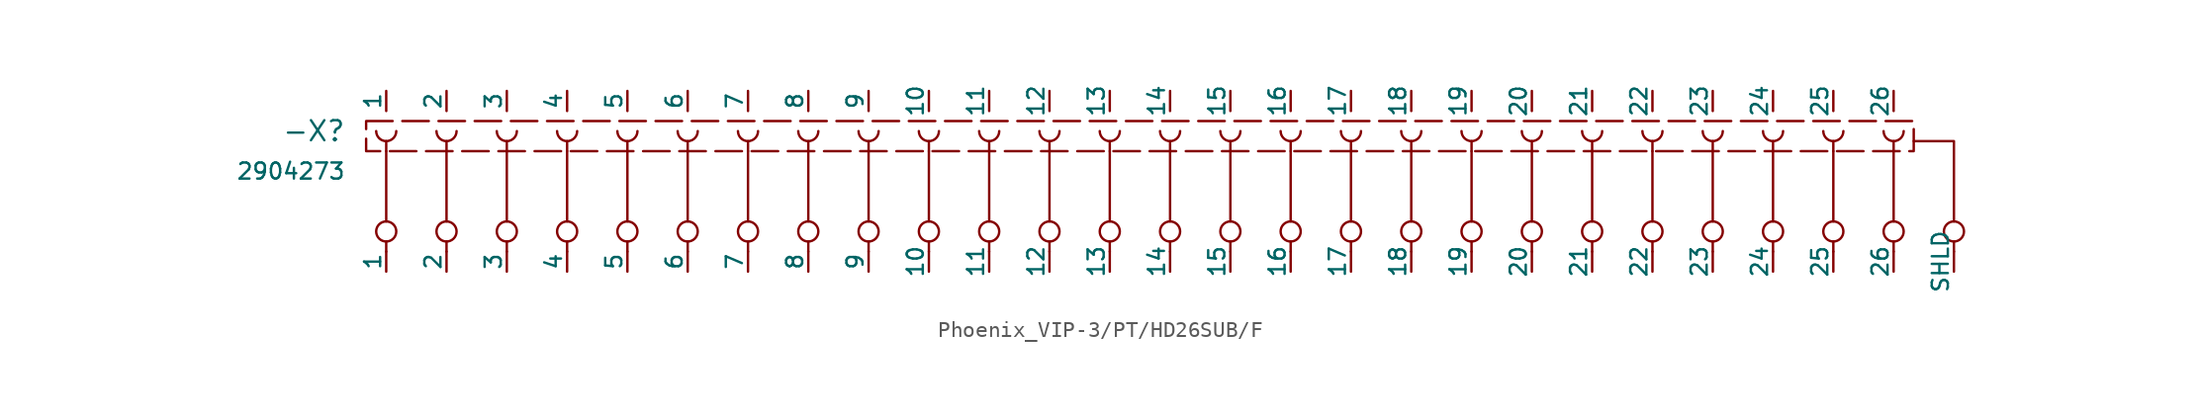
<source format=kicad_sym>
(kicad_symbol_lib
  (version 20231120)
  (generator "kicad_symbol_editor")
  (generator_version "8.0")
  (symbol "Phoenix_VIP-3/PT/HD26SUB/F"
    (pin_numbers hide)
    (pin_names
      (offset 0))
    (property "Reference" "-X"
      (at -2.54 1.27 0)
      (do_not_autoplace)
      (effects (font (size 1.27 1.27)) (justify right)))
    (property "Value" "${PartNo}"
      (at -2.54 -1.27 0)
      (do_not_autoplace)
      (effects (font (size 1.016 1.016)) (justify right)))
    (property "PartNo" "2904273"
      (at 0 -22.86 0)
      (effects (font (size 1.016 1.016)) (justify left) (hide yes)))
    (symbol "Phoenix_VIP-3/PT/HD26SUB/F_0_1"
      (rectangle (start -1.27 1.905) (end 96.52 0) (stroke (width 0) (type dash)) (fill (type none)))
      (circle (center 0 -5.08) (radius 0.635) (stroke (width 0) (type default)) (fill (type none)))
      (polyline (pts (xy 0 -5.715) (xy 0 -6.35)) (stroke (width 0) (type default)) (fill (type none)))
      (polyline (pts (xy 3.81 -5.715) (xy 3.81 -6.35)) (stroke (width 0) (type default)) (fill (type none)))
      (polyline (pts (xy 7.62 -5.715) (xy 7.62 -6.35)) (stroke (width 0) (type default)) (fill (type none)))
      (polyline (pts (xy 11.43 -5.715) (xy 11.43 -6.35)) (stroke (width 0) (type default)) (fill (type none)))
      (polyline (pts (xy 15.24 -5.715) (xy 15.24 -6.35)) (stroke (width 0) (type default)) (fill (type none)))
      (polyline (pts (xy 19.05 -5.715) (xy 19.05 -6.35)) (stroke (width 0) (type default)) (fill (type none)))
      (polyline (pts (xy 22.86 -5.715) (xy 22.86 -6.35)) (stroke (width 0) (type default)) (fill (type none)))
      (polyline (pts (xy 26.67 -5.715) (xy 26.67 -6.35)) (stroke (width 0) (type default)) (fill (type none)))
      (polyline (pts (xy 30.48 -5.715) (xy 30.48 -6.35)) (stroke (width 0) (type default)) (fill (type none)))
      (polyline (pts (xy 34.29 -5.715) (xy 34.29 -6.35)) (stroke (width 0) (type default)) (fill (type none)))
      (polyline (pts (xy 38.1 -5.715) (xy 38.1 -6.35)) (stroke (width 0) (type default)) (fill (type none)))
      (polyline (pts (xy 41.91 -5.715) (xy 41.91 -6.35)) (stroke (width 0) (type default)) (fill (type none)))
      (polyline (pts (xy 45.72 -5.715) (xy 45.72 -6.35)) (stroke (width 0) (type default)) (fill (type none)))
      (polyline (pts (xy 49.53 -5.715) (xy 49.53 -6.35)) (stroke (width 0) (type default)) (fill (type none)))
      (polyline (pts (xy 53.34 -5.715) (xy 53.34 -6.35)) (stroke (width 0) (type default)) (fill (type none)))
      (polyline (pts (xy 57.15 -5.715) (xy 57.15 -6.35)) (stroke (width 0) (type default)) (fill (type none)))
      (polyline (pts (xy 60.96 -5.715) (xy 60.96 -6.35)) (stroke (width 0) (type default)) (fill (type none)))
      (polyline (pts (xy 64.77 -5.715) (xy 64.77 -6.35)) (stroke (width 0) (type default)) (fill (type none)))
      (polyline (pts (xy 68.58 -5.715) (xy 68.58 -6.35)) (stroke (width 0) (type default)) (fill (type none)))
      (polyline (pts (xy 72.39 -5.715) (xy 72.39 -6.35)) (stroke (width 0) (type default)) (fill (type none)))
      (polyline (pts (xy 76.2 -5.715) (xy 76.2 -6.35)) (stroke (width 0) (type default)) (fill (type none)))
      (polyline (pts (xy 80.01 -5.715) (xy 80.01 -6.35)) (stroke (width 0) (type default)) (fill (type none)))
      (polyline (pts (xy 83.82 -5.715) (xy 83.82 -6.35)) (stroke (width 0) (type default)) (fill (type none)))
      (polyline (pts (xy 87.63 -5.715) (xy 87.63 -6.35)) (stroke (width 0) (type default)) (fill (type none)))
      (polyline (pts (xy 91.44 -5.715) (xy 91.44 -6.35)) (stroke (width 0) (type default)) (fill (type none)))
      (polyline (pts (xy 95.25 -5.715) (xy 95.25 -6.35)) (stroke (width 0) (type default)) (fill (type none)))
      (polyline (pts (xy 99.06 -5.715) (xy 99.06 -6.35)) (stroke (width 0) (type default)) (fill (type none)))
      (polyline (pts (xy 96.52 0.635) (xy 99.06 0.635) (xy 99.06 -4.445)) (stroke (width 0) (type default)) (fill (type none)))
      (circle (center 3.81 -5.08) (radius 0.635) (stroke (width 0) (type default)) (fill (type none)))
      (circle (center 7.62 -5.08) (radius 0.635) (stroke (width 0) (type default)) (fill (type none)))
      (circle (center 11.43 -5.08) (radius 0.635) (stroke (width 0) (type default)) (fill (type none)))
      (circle (center 15.24 -5.08) (radius 0.635) (stroke (width 0) (type default)) (fill (type none)))
      (circle (center 19.05 -5.08) (radius 0.635) (stroke (width 0) (type default)) (fill (type none)))
      (circle (center 22.86 -5.08) (radius 0.635) (stroke (width 0) (type default)) (fill (type none)))
      (circle (center 26.67 -5.08) (radius 0.635) (stroke (width 0) (type default)) (fill (type none)))
      (circle (center 30.48 -5.08) (radius 0.635) (stroke (width 0) (type default)) (fill (type none)))
      (circle (center 34.29 -5.08) (radius 0.635) (stroke (width 0) (type default)) (fill (type none)))
      (circle (center 38.1 -5.08) (radius 0.635) (stroke (width 0) (type default)) (fill (type none)))
      (circle (center 41.91 -5.08) (radius 0.635) (stroke (width 0) (type default)) (fill (type none)))
      (circle (center 45.72 -5.08) (radius 0.635) (stroke (width 0) (type default)) (fill (type none)))
      (circle (center 49.53 -5.08) (radius 0.635) (stroke (width 0) (type default)) (fill (type none)))
      (circle (center 53.34 -5.08) (radius 0.635) (stroke (width 0) (type default)) (fill (type none)))
      (circle (center 57.15 -5.08) (radius 0.635) (stroke (width 0) (type default)) (fill (type none)))
      (circle (center 60.96 -5.08) (radius 0.635) (stroke (width 0) (type default)) (fill (type none)))
      (circle (center 64.77 -5.08) (radius 0.635) (stroke (width 0) (type default)) (fill (type none)))
      (circle (center 68.58 -5.08) (radius 0.635) (stroke (width 0) (type default)) (fill (type none)))
      (circle (center 72.39 -5.08) (radius 0.635) (stroke (width 0) (type default)) (fill (type none)))
      (circle (center 76.2 -5.08) (radius 0.635) (stroke (width 0) (type default)) (fill (type none)))
      (circle (center 80.01 -5.08) (radius 0.635) (stroke (width 0) (type default)) (fill (type none)))
      (circle (center 83.82 -5.08) (radius 0.635) (stroke (width 0) (type default)) (fill (type none)))
      (circle (center 87.63 -5.08) (radius 0.635) (stroke (width 0) (type default)) (fill (type none)))
      (circle (center 91.44 -5.08) (radius 0.635) (stroke (width 0) (type default)) (fill (type none)))
      (circle (center 95.25 -5.08) (radius 0.635) (stroke (width 0) (type default)) (fill (type none)))
      (circle (center 99.06 -5.08) (radius 0.635) (stroke (width 0) (type default)) (fill (type none))))
    (symbol "Phoenix_VIP-3/PT/HD26SUB/F_1_1"
      (arc (start -0.635 1.27) (mid 0 0.635) (end 0.635 1.27) (stroke (width 0) (type default)) (fill (type none)))
      (polyline (pts (xy 0 -4.445) (xy 0 0)) (stroke (width 0) (type default)) (fill (type none)))
      (polyline (pts (xy 0 0.635) (xy 0 0)) (stroke (width 0) (type default)) (fill (type none)))
      (polyline (pts (xy 3.81 -4.445) (xy 3.81 0)) (stroke (width 0) (type default)) (fill (type none)))
      (polyline (pts (xy 3.81 0.635) (xy 3.81 0)) (stroke (width 0) (type default)) (fill (type none)))
      (polyline (pts (xy 7.62 -4.445) (xy 7.62 0)) (stroke (width 0) (type default)) (fill (type none)))
      (polyline (pts (xy 7.62 0.635) (xy 7.62 0)) (stroke (width 0) (type default)) (fill (type none)))
      (polyline (pts (xy 11.43 -4.445) (xy 11.43 0)) (stroke (width 0) (type default)) (fill (type none)))
      (polyline (pts (xy 11.43 0.635) (xy 11.43 0)) (stroke (width 0) (type default)) (fill (type none)))
      (polyline (pts (xy 15.24 -4.445) (xy 15.24 0)) (stroke (width 0) (type default)) (fill (type none)))
      (polyline (pts (xy 15.24 0.635) (xy 15.24 0)) (stroke (width 0) (type default)) (fill (type none)))
      (polyline (pts (xy 19.05 -4.445) (xy 19.05 0)) (stroke (width 0) (type default)) (fill (type none)))
      (polyline (pts (xy 19.05 0.635) (xy 19.05 0)) (stroke (width 0) (type default)) (fill (type none)))
      (polyline (pts (xy 22.86 -4.445) (xy 22.86 0)) (stroke (width 0) (type default)) (fill (type none)))
      (polyline (pts (xy 22.86 0.635) (xy 22.86 0)) (stroke (width 0) (type default)) (fill (type none)))
      (polyline (pts (xy 26.67 -4.445) (xy 26.67 0)) (stroke (width 0) (type default)) (fill (type none)))
      (polyline (pts (xy 26.67 0.635) (xy 26.67 0)) (stroke (width 0) (type default)) (fill (type none)))
      (polyline (pts (xy 30.48 -4.445) (xy 30.48 0)) (stroke (width 0) (type default)) (fill (type none)))
      (polyline (pts (xy 30.48 0.635) (xy 30.48 0)) (stroke (width 0) (type default)) (fill (type none)))
      (polyline (pts (xy 34.29 -4.445) (xy 34.29 0)) (stroke (width 0) (type default)) (fill (type none)))
      (polyline (pts (xy 34.29 0.635) (xy 34.29 0)) (stroke (width 0) (type default)) (fill (type none)))
      (polyline (pts (xy 38.1 -4.445) (xy 38.1 0)) (stroke (width 0) (type default)) (fill (type none)))
      (polyline (pts (xy 38.1 0.635) (xy 38.1 0)) (stroke (width 0) (type default)) (fill (type none)))
      (polyline (pts (xy 41.91 -4.445) (xy 41.91 0)) (stroke (width 0) (type default)) (fill (type none)))
      (polyline (pts (xy 41.91 0.635) (xy 41.91 0)) (stroke (width 0) (type default)) (fill (type none)))
      (polyline (pts (xy 45.72 -4.445) (xy 45.72 0)) (stroke (width 0) (type default)) (fill (type none)))
      (polyline (pts (xy 45.72 0.635) (xy 45.72 0)) (stroke (width 0) (type default)) (fill (type none)))
      (polyline (pts (xy 49.53 -4.445) (xy 49.53 0)) (stroke (width 0) (type default)) (fill (type none)))
      (polyline (pts (xy 49.53 0.635) (xy 49.53 0)) (stroke (width 0) (type default)) (fill (type none)))
      (polyline (pts (xy 53.34 -4.445) (xy 53.34 0)) (stroke (width 0) (type default)) (fill (type none)))
      (polyline (pts (xy 53.34 0.635) (xy 53.34 0)) (stroke (width 0) (type default)) (fill (type none)))
      (polyline (pts (xy 57.15 -4.445) (xy 57.15 0)) (stroke (width 0) (type default)) (fill (type none)))
      (polyline (pts (xy 57.15 0.635) (xy 57.15 0)) (stroke (width 0) (type default)) (fill (type none)))
      (polyline (pts (xy 60.96 -4.445) (xy 60.96 0)) (stroke (width 0) (type default)) (fill (type none)))
      (polyline (pts (xy 60.96 0.635) (xy 60.96 0)) (stroke (width 0) (type default)) (fill (type none)))
      (polyline (pts (xy 64.77 -4.445) (xy 64.77 0)) (stroke (width 0) (type default)) (fill (type none)))
      (polyline (pts (xy 64.77 0.635) (xy 64.77 0)) (stroke (width 0) (type default)) (fill (type none)))
      (polyline (pts (xy 68.58 -4.445) (xy 68.58 0)) (stroke (width 0) (type default)) (fill (type none)))
      (polyline (pts (xy 68.58 0.635) (xy 68.58 0)) (stroke (width 0) (type default)) (fill (type none)))
      (polyline (pts (xy 72.39 -4.445) (xy 72.39 0)) (stroke (width 0) (type default)) (fill (type none)))
      (polyline (pts (xy 72.39 0.635) (xy 72.39 0)) (stroke (width 0) (type default)) (fill (type none)))
      (polyline (pts (xy 76.2 -4.445) (xy 76.2 0)) (stroke (width 0) (type default)) (fill (type none)))
      (polyline (pts (xy 76.2 0.635) (xy 76.2 0)) (stroke (width 0) (type default)) (fill (type none)))
      (polyline (pts (xy 80.01 -4.445) (xy 80.01 0)) (stroke (width 0) (type default)) (fill (type none)))
      (polyline (pts (xy 80.01 0.635) (xy 80.01 0)) (stroke (width 0) (type default)) (fill (type none)))
      (polyline (pts (xy 83.82 -4.445) (xy 83.82 0)) (stroke (width 0) (type default)) (fill (type none)))
      (polyline (pts (xy 83.82 0.635) (xy 83.82 0)) (stroke (width 0) (type default)) (fill (type none)))
      (polyline (pts (xy 87.63 -4.445) (xy 87.63 0)) (stroke (width 0) (type default)) (fill (type none)))
      (polyline (pts (xy 87.63 0.635) (xy 87.63 0)) (stroke (width 0) (type default)) (fill (type none)))
      (polyline (pts (xy 91.44 -4.445) (xy 91.44 0)) (stroke (width 0) (type default)) (fill (type none)))
      (polyline (pts (xy 91.44 0.635) (xy 91.44 0)) (stroke (width 0) (type default)) (fill (type none)))
      (polyline (pts (xy 95.25 -4.445) (xy 95.25 0)) (stroke (width 0) (type default)) (fill (type none)))
      (polyline (pts (xy 95.25 0.635) (xy 95.25 0)) (stroke (width 0) (type default)) (fill (type none)))
      (arc (start 3.175 1.27) (mid 3.81 0.635) (end 4.445 1.27) (stroke (width 0) (type default)) (fill (type none)))
      (arc (start 6.985 1.27) (mid 7.62 0.635) (end 8.255 1.27) (stroke (width 0) (type default)) (fill (type none)))
      (arc (start 10.795 1.27) (mid 11.43 0.635) (end 12.065 1.27) (stroke (width 0) (type default)) (fill (type none)))
      (arc (start 14.605 1.27) (mid 15.24 0.635) (end 15.875 1.27) (stroke (width 0) (type default)) (fill (type none)))
      (arc (start 18.415 1.27) (mid 19.05 0.635) (end 19.685 1.27) (stroke (width 0) (type default)) (fill (type none)))
      (arc (start 22.225 1.27) (mid 22.86 0.635) (end 23.495 1.27) (stroke (width 0) (type default)) (fill (type none)))
      (arc (start 26.035 1.27) (mid 26.67 0.635) (end 27.305 1.27) (stroke (width 0) (type default)) (fill (type none)))
      (arc (start 29.845 1.27) (mid 30.48 0.635) (end 31.115 1.27) (stroke (width 0) (type default)) (fill (type none)))
      (arc (start 33.655 1.27) (mid 34.29 0.635) (end 34.925 1.27) (stroke (width 0) (type default)) (fill (type none)))
      (arc (start 37.465 1.27) (mid 38.1 0.635) (end 38.735 1.27) (stroke (width 0) (type default)) (fill (type none)))
      (arc (start 41.275 1.27) (mid 41.91 0.635) (end 42.545 1.27) (stroke (width 0) (type default)) (fill (type none)))
      (arc (start 45.085 1.27) (mid 45.72 0.635) (end 46.355 1.27) (stroke (width 0) (type default)) (fill (type none)))
      (arc (start 48.895 1.27) (mid 49.53 0.635) (end 50.165 1.27) (stroke (width 0) (type default)) (fill (type none)))
      (arc (start 52.705 1.27) (mid 53.34 0.635) (end 53.975 1.27) (stroke (width 0) (type default)) (fill (type none)))
      (arc (start 56.515 1.27) (mid 57.15 0.635) (end 57.785 1.27) (stroke (width 0) (type default)) (fill (type none)))
      (arc (start 60.325 1.27) (mid 60.96 0.635) (end 61.595 1.27) (stroke (width 0) (type default)) (fill (type none)))
      (arc (start 64.135 1.27) (mid 64.77 0.635) (end 65.405 1.27) (stroke (width 0) (type default)) (fill (type none)))
      (arc (start 67.945 1.27) (mid 68.58 0.635) (end 69.215 1.27) (stroke (width 0) (type default)) (fill (type none)))
      (arc (start 71.755 1.27) (mid 72.39 0.635) (end 73.025 1.27) (stroke (width 0) (type default)) (fill (type none)))
      (arc (start 75.565 1.27) (mid 76.2 0.635) (end 76.835 1.27) (stroke (width 0) (type default)) (fill (type none)))
      (arc (start 79.375 1.27) (mid 80.01 0.635) (end 80.645 1.27) (stroke (width 0) (type default)) (fill (type none)))
      (arc (start 83.185 1.27) (mid 83.82 0.635) (end 84.455 1.27) (stroke (width 0) (type default)) (fill (type none)))
      (arc (start 86.995 1.27) (mid 87.63 0.635) (end 88.265 1.27) (stroke (width 0) (type default)) (fill (type none)))
      (arc (start 90.805 1.27) (mid 91.44 0.635) (end 92.075 1.27) (stroke (width 0) (type default)) (fill (type none)))
      (arc (start 94.615 1.27) (mid 95.25 0.635) (end 95.885 1.27) (stroke (width 0) (type default)) (fill (type none)))
      (pin passive line (at 0 3.81 270) (length 1.27) (name "1" (effects (font (size 1.016 1.016)))) (number "1" (effects (font (size 1.016 1.016)))))
      (pin passive line (at 34.29 3.81 270) (length 1.27) (name "10" (effects (font (size 1.016 1.016)))) (number "10" (effects (font (size 1.016 1.016)))))
      (pin passive line (at 38.1 3.81 270) (length 1.27) (name "11" (effects (font (size 1.016 1.016)))) (number "11" (effects (font (size 1.016 1.016)))))
      (pin passive line (at 41.91 3.81 270) (length 1.27) (name "12" (effects (font (size 1.016 1.016)))) (number "12" (effects (font (size 1.016 1.016)))))
      (pin passive line (at 45.72 3.81 270) (length 1.27) (name "13" (effects (font (size 1.016 1.016)))) (number "13" (effects (font (size 1.016 1.016)))))
      (pin passive line (at 49.53 3.81 270) (length 1.27) (name "14" (effects (font (size 1.016 1.016)))) (number "14" (effects (font (size 1.016 1.016)))))
      (pin passive line (at 53.34 3.81 270) (length 1.27) (name "15" (effects (font (size 1.016 1.016)))) (number "15" (effects (font (size 1.016 1.016)))))
      (pin passive line (at 57.15 3.81 270) (length 1.27) (name "16" (effects (font (size 1.016 1.016)))) (number "16" (effects (font (size 1.016 1.016)))))
      (pin passive line (at 60.96 3.81 270) (length 1.27) (name "17" (effects (font (size 1.016 1.016)))) (number "17" (effects (font (size 1.016 1.016)))))
      (pin passive line (at 64.77 3.81 270) (length 1.27) (name "18" (effects (font (size 1.016 1.016)))) (number "18" (effects (font (size 1.016 1.016)))))
      (pin passive line (at 68.58 3.81 270) (length 1.27) (name "19" (effects (font (size 1.016 1.016)))) (number "19" (effects (font (size 1.016 1.016)))))
      (pin passive line (at 3.81 3.81 270) (length 1.27) (name "2" (effects (font (size 1.016 1.016)))) (number "2" (effects (font (size 1.016 1.016)))))
      (pin passive line (at 72.39 3.81 270) (length 1.27) (name "20" (effects (font (size 1.016 1.016)))) (number "20" (effects (font (size 1.016 1.016)))))
      (pin passive line (at 76.2 3.81 270) (length 1.27) (name "21" (effects (font (size 1.016 1.016)))) (number "21" (effects (font (size 1.016 1.016)))))
      (pin passive line (at 80.01 3.81 270) (length 1.27) (name "22" (effects (font (size 1.016 1.016)))) (number "22" (effects (font (size 1.016 1.016)))))
      (pin passive line (at 83.82 3.81 270) (length 1.27) (name "23" (effects (font (size 1.016 1.016)))) (number "23" (effects (font (size 1.016 1.016)))))
      (pin passive line (at 87.63 3.81 270) (length 1.27) (name "24" (effects (font (size 1.016 1.016)))) (number "24" (effects (font (size 1.016 1.016)))))
      (pin passive line (at 91.44 3.81 270) (length 1.27) (name "25" (effects (font (size 1.016 1.016)))) (number "25" (effects (font (size 1.016 1.016)))))
      (pin passive line (at 95.25 3.81 270) (length 1.27) (name "26" (effects (font (size 1.016 1.016)))) (number "26" (effects (font (size 1.016 1.016)))))
      (pin passive line (at 0 -7.62 90) (length 1.27) (name "1" (effects (font (size 1.016 1.016)))) (number "27" (effects (font (size 1.016 1.016)))))
      (pin passive line (at 3.81 -7.62 90) (length 1.27) (name "2" (effects (font (size 1.016 1.016)))) (number "28" (effects (font (size 1.016 1.016)))))
      (pin passive line (at 7.62 -7.62 90) (length 1.27) (name "3" (effects (font (size 1.016 1.016)))) (number "29" (effects (font (size 1.016 1.016)))))
      (pin passive line (at 7.62 3.81 270) (length 1.27) (name "3" (effects (font (size 1.016 1.016)))) (number "3" (effects (font (size 1.016 1.016)))))
      (pin passive line (at 11.43 -7.62 90) (length 1.27) (name "4" (effects (font (size 1.016 1.016)))) (number "30" (effects (font (size 1.016 1.016)))))
      (pin passive line (at 15.24 -7.62 90) (length 1.27) (name "5" (effects (font (size 1.016 1.016)))) (number "31" (effects (font (size 1.016 1.016)))))
      (pin passive line (at 19.05 -7.62 90) (length 1.27) (name "6" (effects (font (size 1.016 1.016)))) (number "32" (effects (font (size 1.016 1.016)))))
      (pin passive line (at 22.86 -7.62 90) (length 1.27) (name "7" (effects (font (size 1.016 1.016)))) (number "33" (effects (font (size 1.016 1.016)))))
      (pin passive line (at 26.67 -7.62 90) (length 1.27) (name "8" (effects (font (size 1.016 1.016)))) (number "34" (effects (font (size 1.016 1.016)))))
      (pin passive line (at 30.48 -7.62 90) (length 1.27) (name "9" (effects (font (size 1.016 1.016)))) (number "35" (effects (font (size 1.016 1.016)))))
      (pin passive line (at 34.29 -7.62 90) (length 1.27) (name "10" (effects (font (size 1.016 1.016)))) (number "36" (effects (font (size 1.016 1.016)))))
      (pin passive line (at 38.1 -7.62 90) (length 1.27) (name "11" (effects (font (size 1.016 1.016)))) (number "37" (effects (font (size 1.016 1.016)))))
      (pin passive line (at 41.91 -7.62 90) (length 1.27) (name "12" (effects (font (size 1.016 1.016)))) (number "38" (effects (font (size 1.016 1.016)))))
      (pin passive line (at 45.72 -7.62 90) (length 1.27) (name "13" (effects (font (size 1.016 1.016)))) (number "39" (effects (font (size 1.016 1.016)))))
      (pin passive line (at 11.43 3.81 270) (length 1.27) (name "4" (effects (font (size 1.016 1.016)))) (number "4" (effects (font (size 1.016 1.016)))))
      (pin passive line (at 49.53 -7.62 90) (length 1.27) (name "14" (effects (font (size 1.016 1.016)))) (number "40" (effects (font (size 1.016 1.016)))))
      (pin passive line (at 53.34 -7.62 90) (length 1.27) (name "15" (effects (font (size 1.016 1.016)))) (number "41" (effects (font (size 1.016 1.016)))))
      (pin passive line (at 57.15 -7.62 90) (length 1.27) (name "16" (effects (font (size 1.016 1.016)))) (number "42" (effects (font (size 1.016 1.016)))))
      (pin passive line (at 60.96 -7.62 90) (length 1.27) (name "17" (effects (font (size 1.016 1.016)))) (number "43" (effects (font (size 1.016 1.016)))))
      (pin passive line (at 64.77 -7.62 90) (length 1.27) (name "18" (effects (font (size 1.016 1.016)))) (number "44" (effects (font (size 1.016 1.016)))))
      (pin passive line (at 68.58 -7.62 90) (length 1.27) (name "19" (effects (font (size 1.016 1.016)))) (number "45" (effects (font (size 1.016 1.016)))))
      (pin passive line (at 72.39 -7.62 90) (length 1.27) (name "20" (effects (font (size 1.016 1.016)))) (number "46" (effects (font (size 1.016 1.016)))))
      (pin passive line (at 76.2 -7.62 90) (length 1.27) (name "21" (effects (font (size 1.016 1.016)))) (number "47" (effects (font (size 1.016 1.016)))))
      (pin passive line (at 80.01 -7.62 90) (length 1.27) (name "22" (effects (font (size 1.016 1.016)))) (number "48" (effects (font (size 1.016 1.016)))))
      (pin passive line (at 83.82 -7.62 90) (length 1.27) (name "23" (effects (font (size 1.016 1.016)))) (number "49" (effects (font (size 1.016 1.016)))))
      (pin passive line (at 15.24 3.81 270) (length 1.27) (name "5" (effects (font (size 1.016 1.016)))) (number "5" (effects (font (size 1.016 1.016)))))
      (pin passive line (at 87.63 -7.62 90) (length 1.27) (name "24" (effects (font (size 1.016 1.016)))) (number "50" (effects (font (size 1.016 1.016)))))
      (pin passive line (at 91.44 -7.62 90) (length 1.27) (name "25" (effects (font (size 1.016 1.016)))) (number "51" (effects (font (size 1.016 1.016)))))
      (pin passive line (at 95.25 -7.62 90) (length 1.27) (name "26" (effects (font (size 1.016 1.016)))) (number "52" (effects (font (size 1.016 1.016)))))
      (pin passive line (at 99.06 -7.62 90) (length 1.27) (name "SHLD" (effects (font (size 1.016 1.016)))) (number "53" (effects (font (size 1.016 1.016)))))
      (pin passive line (at 19.05 3.81 270) (length 1.27) (name "6" (effects (font (size 1.016 1.016)))) (number "6" (effects (font (size 1.016 1.016)))))
      (pin passive line (at 22.86 3.81 270) (length 1.27) (name "7" (effects (font (size 1.016 1.016)))) (number "7" (effects (font (size 1.016 1.016)))))
      (pin passive line (at 26.67 3.81 270) (length 1.27) (name "8" (effects (font (size 1.016 1.016)))) (number "8" (effects (font (size 1.016 1.016)))))
      (pin passive line (at 30.48 3.81 270) (length 1.27) (name "9" (effects (font (size 1.016 1.016)))) (number "9" (effects (font (size 1.016 1.016))))))))
</source>
